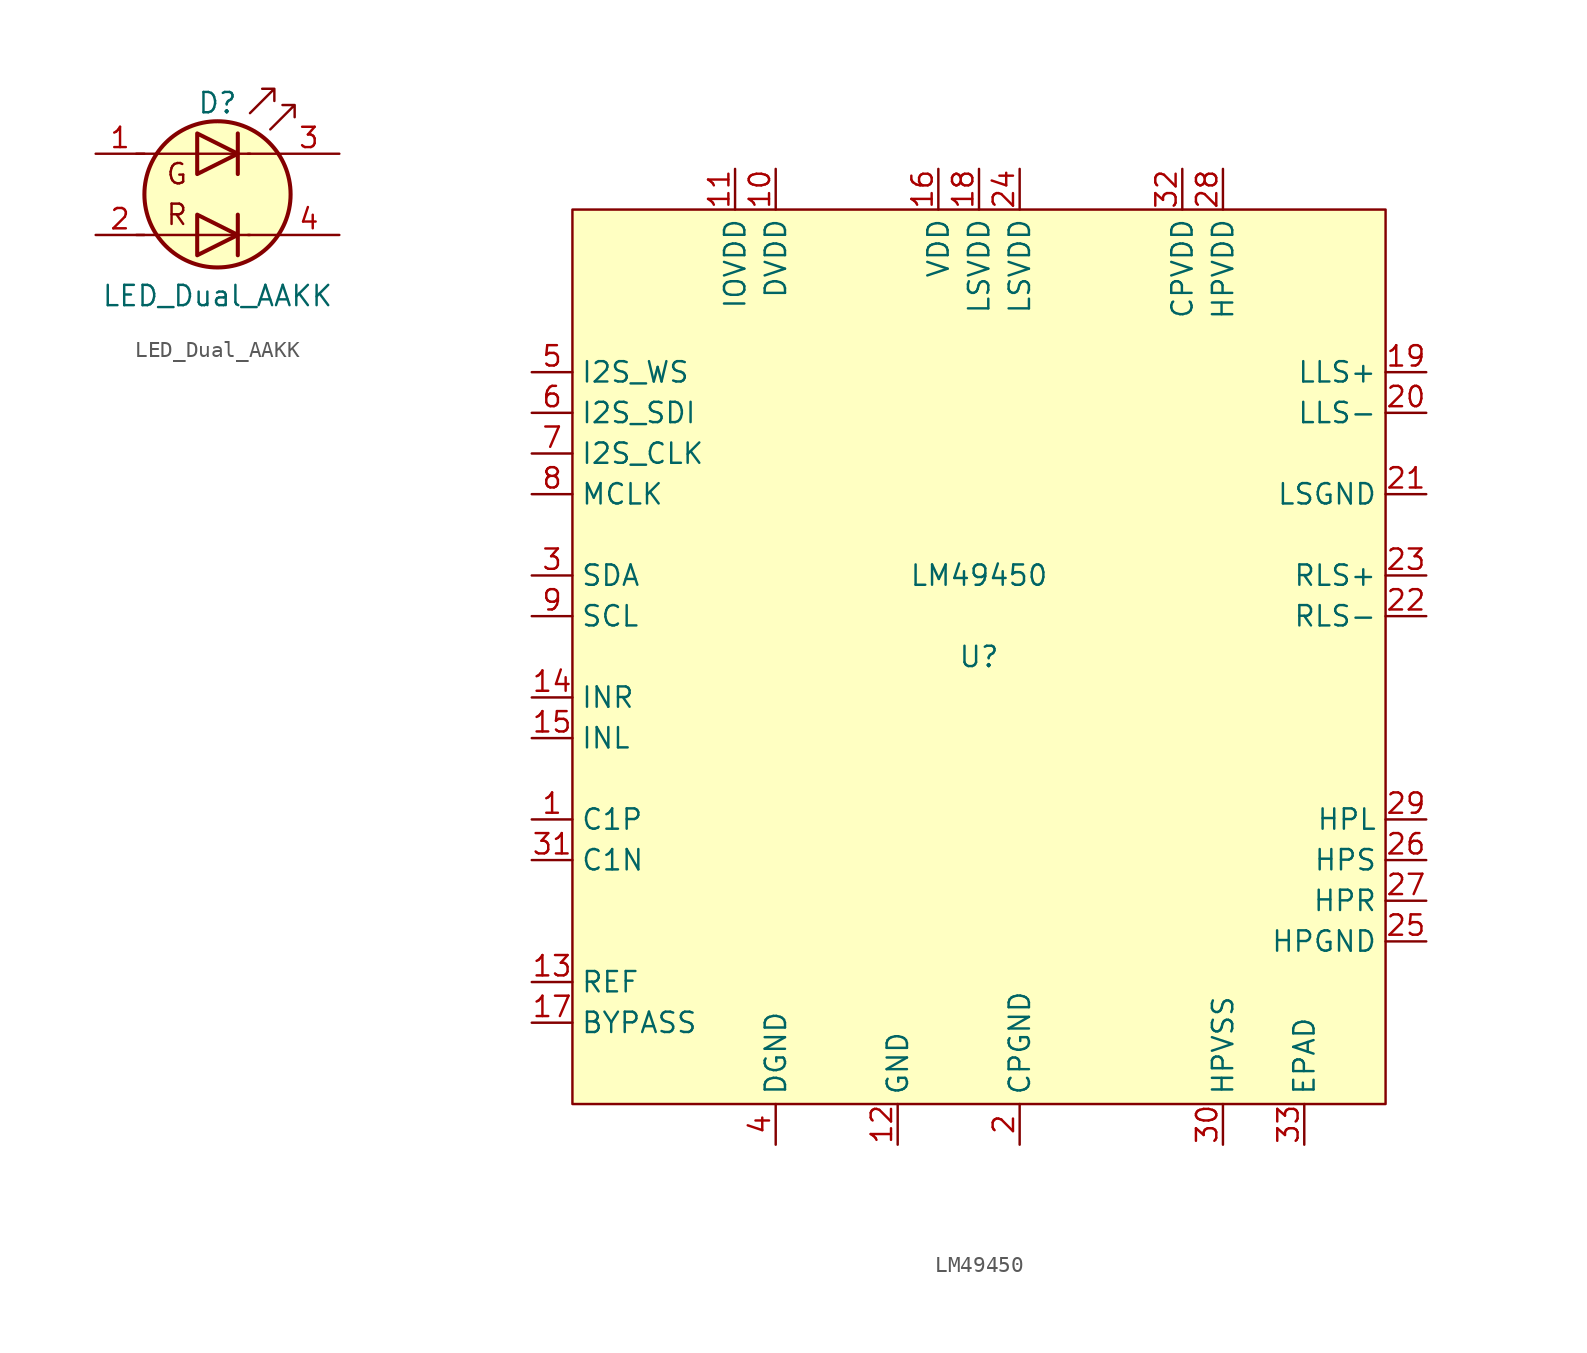
<source format=kicad_sym>
(kicad_symbol_lib
  (version 20220914)
  (generator kicad_symbol_editor)
  (symbol "LED_Dual_AAKK"
    (pin_names
      (offset 0) hide)
    (property "Reference" "D"
      (at 0 5.715 0)
      (effects (font (size 1.27 1.27))))
    (property "Value" "LED_Dual_AAKK"
      (at 0 -6.35 0)
      (effects (font (size 1.27 1.27))))
    (symbol "LED_Dual_AAKK_0_0"
      (text "G" (at -2.54 1.27 0) (effects (font (size 1.27 1.27))))
      (text "R" (at -2.54 -1.27 0) (effects (font (size 1.27 1.27)))))
    (symbol "LED_Dual_AAKK_0_1"
      (polyline (pts (xy -5.08 -2.54) (xy 2.032 -2.54)) (stroke (width 0) (type default)) (fill (type none)))
      (polyline (pts (xy -5.08 2.54) (xy 2.032 2.54)) (stroke (width 0) (type default)) (fill (type none)))
      (polyline (pts (xy 1.27 -1.27) (xy 1.27 -3.81)) (stroke (width 0.254) (type default)) (fill (type none)))
      (polyline (pts (xy 1.27 3.81) (xy 1.27 1.27)) (stroke (width 0.254) (type default)) (fill (type none)))
      (polyline (pts (xy 3.81 -2.54) (xy 1.905 -2.54)) (stroke (width 0) (type default)) (fill (type none)))
      (polyline (pts (xy 3.81 2.54) (xy 1.905 2.54)) (stroke (width 0) (type default)) (fill (type none)))
      (polyline (pts (xy -1.27 -1.27) (xy -1.27 -3.81) (xy 1.27 -2.54) (xy -1.27 -1.27)) (stroke (width 0.254) (type default)) (fill (type none)))
      (polyline (pts (xy -1.27 3.81) (xy -1.27 1.27) (xy 1.27 2.54) (xy -1.27 3.81)) (stroke (width 0.254) (type default)) (fill (type none)))
      (polyline (pts (xy 2.032 5.08) (xy 3.556 6.604) (xy 2.794 6.604) (xy 3.556 6.604) (xy 3.556 5.842)) (stroke (width 0) (type default)) (fill (type none)))
      (polyline (pts (xy 3.302 4.064) (xy 4.826 5.588) (xy 4.064 5.588) (xy 4.826 5.588) (xy 4.826 4.826)) (stroke (width 0) (type default)) (fill (type none)))
      (circle (center 0 0) (radius 4.572) (stroke (width 0.254) (type default)) (fill (type background))))
    (symbol "LED_Dual_AAKK_1_1"
      (pin input line (at -7.62 2.54 0) (length 3.048) (name "A1" (effects (font (size 1.27 1.27)))) (number "1" (effects (font (size 1.27 1.27)))))
      (pin input line (at -7.62 -2.54 0) (length 3.048) (name "A2" (effects (font (size 1.27 1.27)))) (number "2" (effects (font (size 1.27 1.27)))))
      (pin input line (at 7.62 2.54 180) (length 3.81) (name "K1" (effects (font (size 1.27 1.27)))) (number "3" (effects (font (size 1.27 1.27)))))
      (pin input line (at 7.62 -2.54 180) (length 3.81) (name "K2" (effects (font (size 1.27 1.27)))) (number "4" (effects (font (size 1.27 1.27)))))))
  (symbol "LM49450"
    (property "Reference" "U"
      (at 0 -22.86 0)
      (effects (font (size 1.27 1.27))))
    (property "Value" "LM49450"
      (at 0 -17.78 0)
      (effects (font (size 1.27 1.27))))
    (symbol "LM49450_1_1"
      (rectangle (start -25.4 5.08) (end 25.4 -50.8) (stroke (width 0) (type default)) (fill (type background)))
      (pin output line (at -27.94 -33.02 0) (length 2.54) (name "C1P" (effects (font (size 1.27 1.27)))) (number "1" (effects (font (size 1.27 1.27)))))
      (pin input line (at -12.7 7.62 270) (length 2.54) (name "DVDD" (effects (font (size 1.27 1.27)))) (number "10" (effects (font (size 1.27 1.27)))))
      (pin input line (at -15.24 7.62 270) (length 2.54) (name "IOVDD" (effects (font (size 1.27 1.27)))) (number "11" (effects (font (size 1.27 1.27)))))
      (pin passive line (at -5.08 -53.34 90) (length 2.54) (name "GND" (effects (font (size 1.27 1.27)))) (number "12" (effects (font (size 1.27 1.27)))))
      (pin input line (at -27.94 -43.18 0) (length 2.54) (name "REF" (effects (font (size 1.27 1.27)))) (number "13" (effects (font (size 1.27 1.27)))))
      (pin input line (at -27.94 -25.4 0) (length 2.54) (name "INR" (effects (font (size 1.27 1.27)))) (number "14" (effects (font (size 1.27 1.27)))))
      (pin input line (at -27.94 -27.94 0) (length 2.54) (name "INL" (effects (font (size 1.27 1.27)))) (number "15" (effects (font (size 1.27 1.27)))))
      (pin input line (at -2.54 7.62 270) (length 2.54) (name "VDD" (effects (font (size 1.27 1.27)))) (number "16" (effects (font (size 1.27 1.27)))))
      (pin input line (at -27.94 -45.72 0) (length 2.54) (name "BYPASS" (effects (font (size 1.27 1.27)))) (number "17" (effects (font (size 1.27 1.27)))))
      (pin input line (at 0 7.62 270) (length 2.54) (name "LSVDD" (effects (font (size 1.27 1.27)))) (number "18" (effects (font (size 1.27 1.27)))))
      (pin output line (at 27.94 -5.08 180) (length 2.54) (name "LLS+" (effects (font (size 1.27 1.27)))) (number "19" (effects (font (size 1.27 1.27)))))
      (pin passive line (at 2.54 -53.34 90) (length 2.54) (name "CPGND" (effects (font (size 1.27 1.27)))) (number "2" (effects (font (size 1.27 1.27)))))
      (pin output line (at 27.94 -7.62 180) (length 2.54) (name "LLS-" (effects (font (size 1.27 1.27)))) (number "20" (effects (font (size 1.27 1.27)))))
      (pin output line (at 27.94 -12.7 180) (length 2.54) (name "LSGND" (effects (font (size 1.27 1.27)))) (number "21" (effects (font (size 1.27 1.27)))))
      (pin output line (at 27.94 -20.32 180) (length 2.54) (name "RLS-" (effects (font (size 1.27 1.27)))) (number "22" (effects (font (size 1.27 1.27)))))
      (pin output line (at 27.94 -17.78 180) (length 2.54) (name "RLS+" (effects (font (size 1.27 1.27)))) (number "23" (effects (font (size 1.27 1.27)))))
      (pin input line (at 2.54 7.62 270) (length 2.54) (name "LSVDD" (effects (font (size 1.27 1.27)))) (number "24" (effects (font (size 1.27 1.27)))))
      (pin passive line (at 27.94 -40.64 180) (length 2.54) (name "HPGND" (effects (font (size 1.27 1.27)))) (number "25" (effects (font (size 1.27 1.27)))))
      (pin input line (at 27.94 -35.56 180) (length 2.54) (name "HPS" (effects (font (size 1.27 1.27)))) (number "26" (effects (font (size 1.27 1.27)))))
      (pin output line (at 27.94 -38.1 180) (length 2.54) (name "HPR" (effects (font (size 1.27 1.27)))) (number "27" (effects (font (size 1.27 1.27)))))
      (pin input line (at 15.24 7.62 270) (length 2.54) (name "HPVDD" (effects (font (size 1.27 1.27)))) (number "28" (effects (font (size 1.27 1.27)))))
      (pin output line (at 27.94 -33.02 180) (length 2.54) (name "HPL" (effects (font (size 1.27 1.27)))) (number "29" (effects (font (size 1.27 1.27)))))
      (pin bidirectional line (at -27.94 -17.78 0) (length 2.54) (name "SDA" (effects (font (size 1.27 1.27)))) (number "3" (effects (font (size 1.27 1.27)))))
      (pin output line (at 15.24 -53.34 90) (length 2.54) (name "HPVSS" (effects (font (size 1.27 1.27)))) (number "30" (effects (font (size 1.27 1.27)))))
      (pin output line (at -27.94 -35.56 0) (length 2.54) (name "C1N" (effects (font (size 1.27 1.27)))) (number "31" (effects (font (size 1.27 1.27)))))
      (pin input line (at 12.7 7.62 270) (length 2.54) (name "CPVDD" (effects (font (size 1.27 1.27)))) (number "32" (effects (font (size 1.27 1.27)))))
      (pin passive line (at 20.32 -53.34 90) (length 2.54) (name "EPAD" (effects (font (size 1.27 1.27)))) (number "33" (effects (font (size 1.27 1.27)))))
      (pin passive line (at -12.7 -53.34 90) (length 2.54) (name "DGND" (effects (font (size 1.27 1.27)))) (number "4" (effects (font (size 1.27 1.27)))))
      (pin input line (at -27.94 -5.08 0) (length 2.54) (name "I2S_WS" (effects (font (size 1.27 1.27)))) (number "5" (effects (font (size 1.27 1.27)))))
      (pin input line (at -27.94 -7.62 0) (length 2.54) (name "I2S_SDI" (effects (font (size 1.27 1.27)))) (number "6" (effects (font (size 1.27 1.27)))))
      (pin input line (at -27.94 -10.16 0) (length 2.54) (name "I2S_CLK" (effects (font (size 1.27 1.27)))) (number "7" (effects (font (size 1.27 1.27)))))
      (pin input line (at -27.94 -12.7 0) (length 2.54) (name "MCLK" (effects (font (size 1.27 1.27)))) (number "8" (effects (font (size 1.27 1.27)))))
      (pin input line (at -27.94 -20.32 0) (length 2.54) (name "SCL" (effects (font (size 1.27 1.27)))) (number "9" (effects (font (size 1.27 1.27))))))))
</source>
